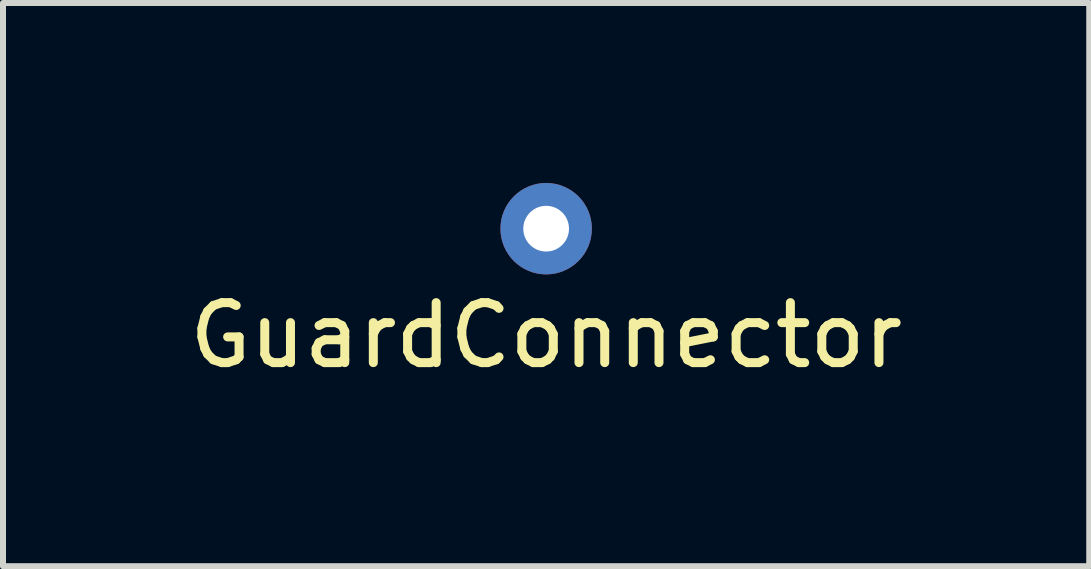
<source format=kicad_pcb>
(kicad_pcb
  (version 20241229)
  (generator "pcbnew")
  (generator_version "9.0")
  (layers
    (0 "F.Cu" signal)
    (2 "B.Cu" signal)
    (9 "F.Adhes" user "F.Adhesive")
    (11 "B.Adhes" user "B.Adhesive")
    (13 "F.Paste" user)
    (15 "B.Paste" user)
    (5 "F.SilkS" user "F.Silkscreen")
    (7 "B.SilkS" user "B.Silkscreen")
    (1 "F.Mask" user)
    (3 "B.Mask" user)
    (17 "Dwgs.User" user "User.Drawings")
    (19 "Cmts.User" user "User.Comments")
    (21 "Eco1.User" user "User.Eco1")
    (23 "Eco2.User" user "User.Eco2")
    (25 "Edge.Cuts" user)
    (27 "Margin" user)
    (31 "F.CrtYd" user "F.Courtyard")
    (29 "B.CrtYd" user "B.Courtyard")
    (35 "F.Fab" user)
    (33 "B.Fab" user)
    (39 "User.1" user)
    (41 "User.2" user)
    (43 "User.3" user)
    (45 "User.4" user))
  (footprint "GuardConnector"
    (layer "F.Cu")
    (at 6.054 0.762)
    (property "Reference" "GuardConnector" (at 0 1.778 0) (layer "F.SilkS") (effects (font (size 1 1) (thickness 0.15))))
    (attr through_hole)
    (pad "1" thru_hole circle (at 0 0) (size 1.524 1.524) (drill 0.762) (layers "*.Cu" "*.Mask")))
  (gr_rect
    (start -3 -3)
    (end 15.107 6.388)
    (stroke (width 0.1) (type default))
    (fill no)
    (layer "Edge.Cuts")))
</source>
